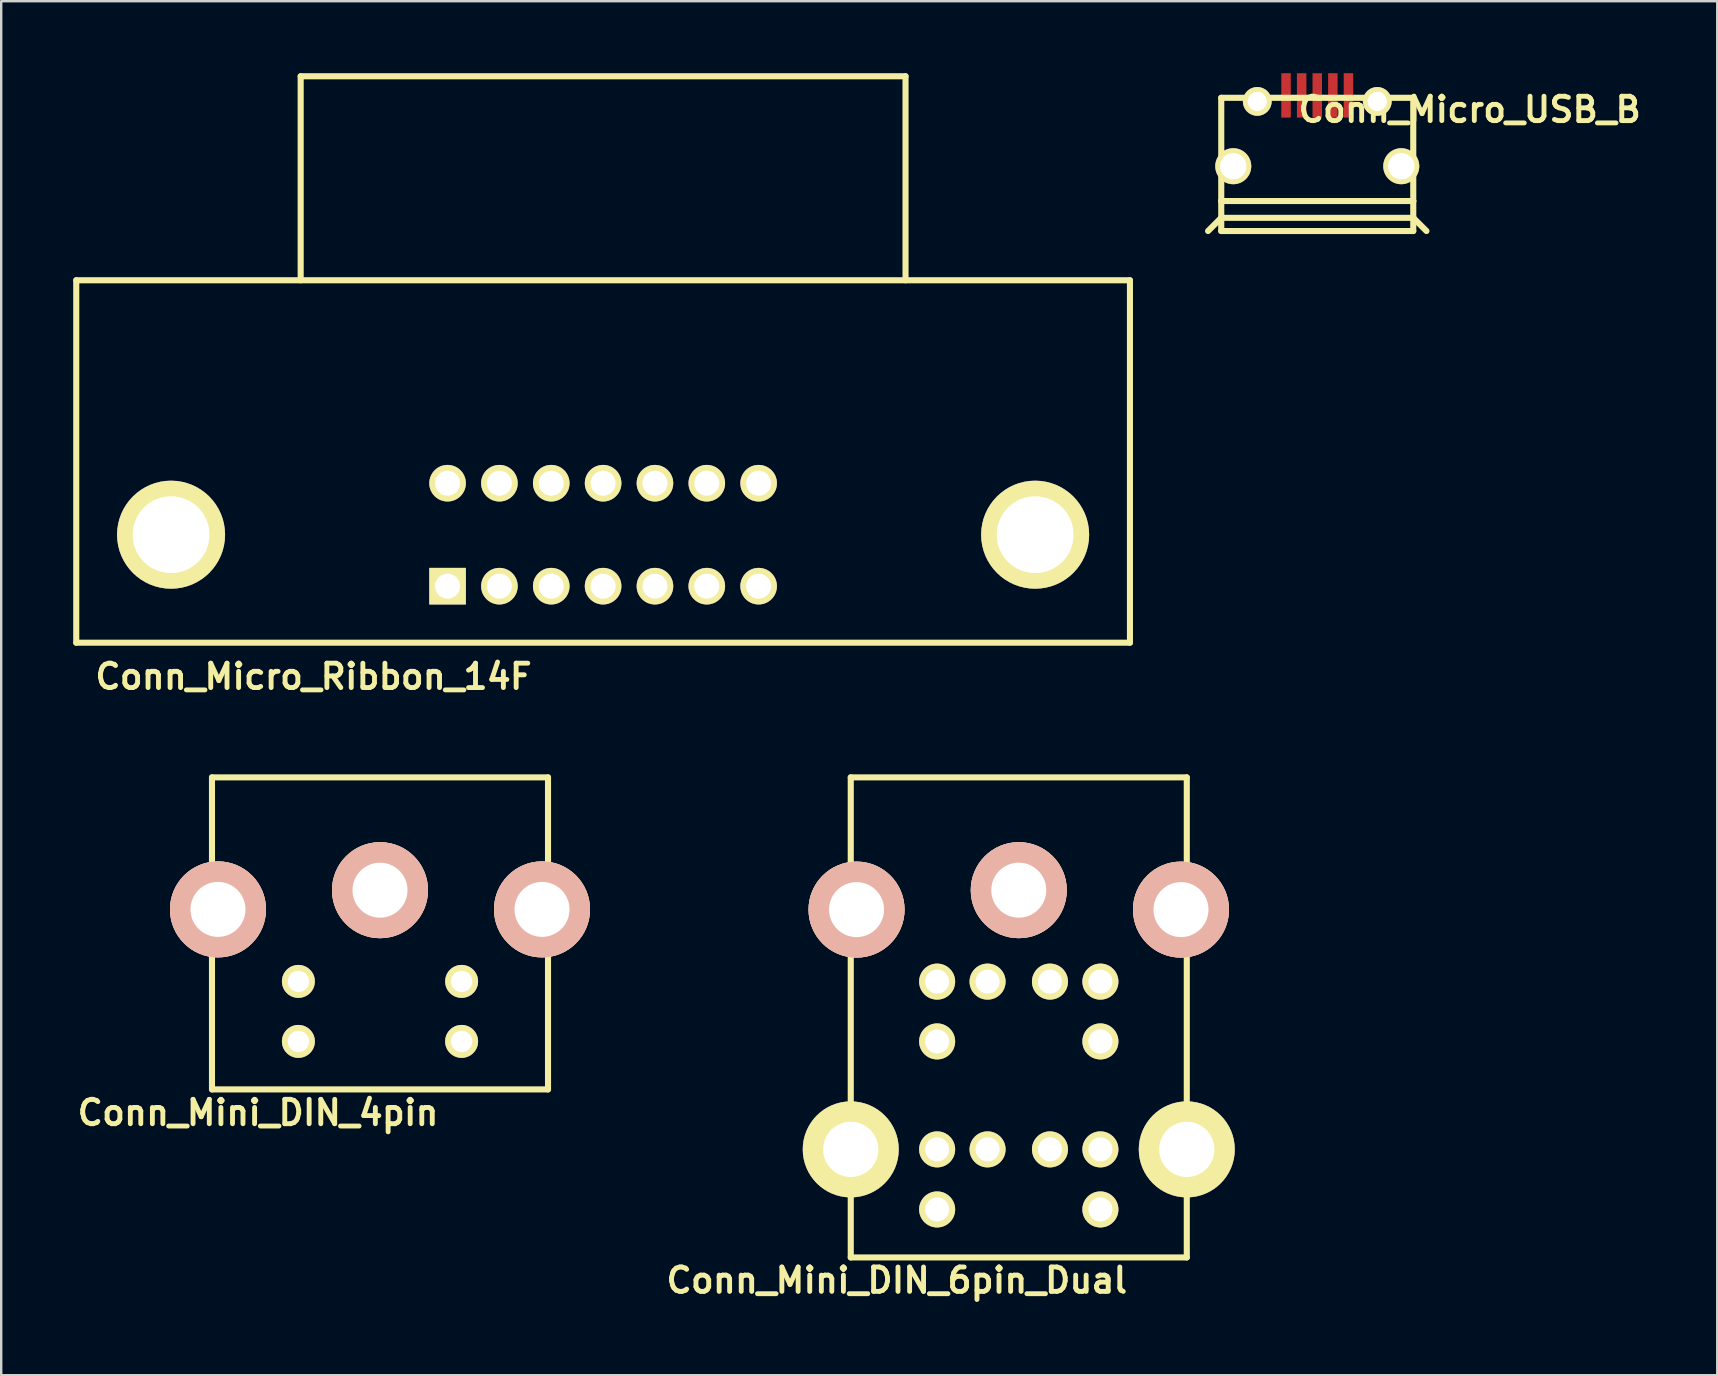
<source format=kicad_pcb>
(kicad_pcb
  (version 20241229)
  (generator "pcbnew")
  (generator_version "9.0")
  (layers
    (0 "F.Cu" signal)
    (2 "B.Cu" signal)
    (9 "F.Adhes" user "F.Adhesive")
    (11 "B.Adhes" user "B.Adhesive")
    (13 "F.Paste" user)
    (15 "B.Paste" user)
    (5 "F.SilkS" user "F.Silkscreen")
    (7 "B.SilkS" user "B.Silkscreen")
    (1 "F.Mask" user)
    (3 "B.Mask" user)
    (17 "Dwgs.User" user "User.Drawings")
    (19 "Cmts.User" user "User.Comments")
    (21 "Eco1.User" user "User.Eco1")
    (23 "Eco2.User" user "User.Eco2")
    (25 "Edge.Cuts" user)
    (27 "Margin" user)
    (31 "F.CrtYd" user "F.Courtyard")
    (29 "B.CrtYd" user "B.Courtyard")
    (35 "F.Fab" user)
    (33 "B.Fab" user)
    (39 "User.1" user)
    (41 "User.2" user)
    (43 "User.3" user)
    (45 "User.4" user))
  (footprint "Conn_Mini_DIN_4pin"
    (layer "F.Cu")
    (at 12.782 29.338)
    (property "Reference" "Conn_Mini_DIN_4pin" (at -5.08 13.97 0) (layer "F.SilkS") (effects (font (size 1.016 1.016) (thickness 0.203))))
    (attr through_hole)
    (fp_line (start -7 0) (end 7 0) (stroke (width 0.254) (type solid)) (layer "F.SilkS"))
    (fp_line (start -7 13) (end -7 0) (stroke (width 0.254) (type solid)) (layer "F.SilkS"))
    (fp_line (start 7 0) (end 7 13) (stroke (width 0.254) (type solid)) (layer "F.SilkS"))
    (fp_line (start 7 13) (end -7 13) (stroke (width 0.254) (type solid)) (layer "F.SilkS"))
    (pad "1" thru_hole circle (at -3.4 8.5 180) (size 1.372 1.372) (drill 0.889) (layers "*.Cu" "*.Mask" "F.SilkS"))
    (pad "2" thru_hole circle (at 3.4 8.5 180) (size 1.372 1.372) (drill 0.889) (layers "*.Cu" "*.Mask" "F.SilkS"))
    (pad "3" thru_hole circle (at -3.4 11 180) (size 1.372 1.372) (drill 0.889) (layers "*.Cu" "*.Mask" "F.SilkS"))
    (pad "4" thru_hole circle (at 3.4 11 180) (size 1.372 1.372) (drill 0.889) (layers "*.Cu" "*.Mask" "F.SilkS"))
    (pad "~" thru_hole circle (at -6.75 5.5 180) (size 4 4) (drill 2.291) (layers "*.Cu" "*.SilkS" "*.Mask"))
    (pad "~" thru_hole circle (at 0 4.7 180) (size 4 4) (drill 2.291) (layers "*.Cu" "*.SilkS" "*.Mask"))
    (pad "~" thru_hole circle (at 6.75 5.5 180) (size 4 4) (drill 2.291) (layers "*.Cu" "*.SilkS" "*.Mask")))
  (footprint "Conn_Micro_Ribbon_14F"
    (layer "F.Cu")
    (at 22.077 8.627)
    (property "Reference" "Conn_Micro_Ribbon_14F" (at -12.065 16.51 0) (layer "F.SilkS") (effects (font (size 1.016 1.016) (thickness 0.203))))
    (attr through_hole)
    (fp_line (start -21.95 0) (end -21.95 15.1) (stroke (width 0.254) (type solid)) (layer "F.SilkS"))
    (fp_line (start -21.95 0) (end 21.95 0) (stroke (width 0.254) (type solid)) (layer "F.SilkS"))
    (fp_line (start -21.95 15.1) (end 21.95 15.1) (stroke (width 0.254) (type solid)) (layer "F.SilkS"))
    (fp_line (start -12.6 -8.5) (end -12.6 0) (stroke (width 0.254) (type solid)) (layer "F.SilkS"))
    (fp_line (start -12.6 -8.5) (end 12.6 -8.5) (stroke (width 0.254) (type solid)) (layer "F.SilkS"))
    (fp_line (start 12.6 -8.5) (end 12.6 0) (stroke (width 0.254) (type solid)) (layer "F.SilkS"))
    (fp_line (start 21.95 0) (end 21.95 15.1) (stroke (width 0.254) (type solid)) (layer "F.SilkS"))
    (pad "1" thru_hole rect (at -6.48 12.745) (size 1.524 1.524) (drill 1.041) (layers "*.Cu" "*.Mask" "F.SilkS"))
    (pad "2" thru_hole circle (at -4.32 12.745) (size 1.524 1.524) (drill 1.041) (layers "*.Cu" "*.Mask" "F.SilkS"))
    (pad "3" thru_hole circle (at -2.16 12.745) (size 1.524 1.524) (drill 1.041) (layers "*.Cu" "*.Mask" "F.SilkS"))
    (pad "4" thru_hole circle (at 0 12.745) (size 1.524 1.524) (drill 1.041) (layers "*.Cu" "*.Mask" "F.SilkS"))
    (pad "5" thru_hole circle (at 2.16 12.745) (size 1.524 1.524) (drill 1.041) (layers "*.Cu" "*.Mask" "F.SilkS"))
    (pad "6" thru_hole circle (at 4.32 12.745) (size 1.524 1.524) (drill 1.041) (layers "*.Cu" "*.Mask" "F.SilkS"))
    (pad "7" thru_hole circle (at 6.48 12.745) (size 1.524 1.524) (drill 1.041) (layers "*.Cu" "*.Mask" "F.SilkS"))
    (pad "8" thru_hole circle (at -6.48 8.455) (size 1.524 1.524) (drill 1.041) (layers "*.Cu" "*.Mask" "F.SilkS"))
    (pad "9" thru_hole circle (at -4.32 8.455) (size 1.524 1.524) (drill 1.041) (layers "*.Cu" "*.Mask" "F.SilkS"))
    (pad "10" thru_hole circle (at -2.16 8.455) (size 1.524 1.524) (drill 1.041) (layers "*.Cu" "*.Mask" "F.SilkS"))
    (pad "11" thru_hole circle (at 0 8.455) (size 1.524 1.524) (drill 1.041) (layers "*.Cu" "*.Mask" "F.SilkS"))
    (pad "12" thru_hole circle (at 2.16 8.455) (size 1.524 1.524) (drill 1.041) (layers "*.Cu" "*.Mask" "F.SilkS"))
    (pad "13" thru_hole circle (at 4.32 8.455) (size 1.524 1.524) (drill 1.041) (layers "*.Cu" "*.Mask" "F.SilkS"))
    (pad "14" thru_hole circle (at 6.48 8.455) (size 1.524 1.524) (drill 1.041) (layers "*.Cu" "*.Mask" "F.SilkS"))
    (pad "GND" thru_hole circle (at -18 10.6) (size 4.5 4.5) (drill 3.2) (layers "*.Cu" "*.Mask" "F.SilkS"))
    (pad "GND" thru_hole circle (at 18 10.6) (size 4.5 4.5) (drill 3.2) (layers "*.Cu" "*.Mask" "F.SilkS")))
  (footprint "Conn_Mini_DIN_6pin_Dual"
    (layer "F.Cu")
    (at 39.395 29.338)
    (property "Reference" "Conn_Mini_DIN_6pin_Dual" (at -5.08 20.955 0) (layer "F.SilkS") (effects (font (size 1.016 1.016) (thickness 0.203))))
    (attr through_hole)
    (fp_line (start -7 0) (end -7 20) (stroke (width 0.254) (type solid)) (layer "F.SilkS"))
    (fp_line (start -7 0) (end 7 0) (stroke (width 0.254) (type solid)) (layer "F.SilkS"))
    (fp_line (start 7 0) (end 7 20) (stroke (width 0.254) (type solid)) (layer "F.SilkS"))
    (fp_line (start 7 20) (end -7 20) (stroke (width 0.254) (type solid)) (layer "F.SilkS"))
    (pad "1" thru_hole circle (at -1.3 8.509 180) (size 1.501 1.501) (drill 1.001) (layers "*.Cu" "*.Mask" "F.SilkS"))
    (pad "2" thru_hole circle (at 1.3 8.509 180) (size 1.501 1.501) (drill 1.001) (layers "*.Cu" "*.Mask" "F.SilkS"))
    (pad "3" thru_hole circle (at -3.401 8.509 180) (size 1.501 1.501) (drill 1.001) (layers "*.Cu" "*.Mask" "F.SilkS"))
    (pad "4" thru_hole circle (at 3.401 8.509 180) (size 1.501 1.501) (drill 1.001) (layers "*.Cu" "*.Mask" "F.SilkS"))
    (pad "5" thru_hole circle (at -3.401 11.001 180) (size 1.501 1.501) (drill 1.001) (layers "*.Cu" "*.Mask" "F.SilkS"))
    (pad "6" thru_hole circle (at 3.401 11.001 180) (size 1.501 1.501) (drill 1.001) (layers "*.Cu" "*.Mask" "F.SilkS"))
    (pad "7" thru_hole circle (at -1.3 15.499 180) (size 1.501 1.501) (drill 1.001) (layers "*.Cu" "*.Mask" "F.SilkS"))
    (pad "8" thru_hole circle (at 1.3 15.499 180) (size 1.501 1.501) (drill 1.001) (layers "*.Cu" "*.Mask" "F.SilkS"))
    (pad "9" thru_hole circle (at -3.401 15.499 180) (size 1.501 1.501) (drill 1.001) (layers "*.Cu" "*.Mask" "F.SilkS"))
    (pad "10" thru_hole circle (at 3.401 15.499 180) (size 1.501 1.501) (drill 1.001) (layers "*.Cu" "*.Mask" "F.SilkS"))
    (pad "11" thru_hole circle (at -3.401 18.001 180) (size 1.501 1.501) (drill 1.001) (layers "*.Cu" "*.Mask" "F.SilkS"))
    (pad "12" thru_hole circle (at 3.401 18.001 180) (size 1.501 1.501) (drill 1.001) (layers "*.Cu" "*.Mask" "F.SilkS"))
    (pad "~" thru_hole circle (at -7 15.499 180) (size 4 4) (drill 2.301) (layers "*.Cu" "*.Mask" "F.SilkS"))
    (pad "~" thru_hole circle (at -6.759 5.509 180) (size 4 4) (drill 2.291) (layers "*.Cu" "*.SilkS" "*.Mask"))
    (pad "~" thru_hole circle (at 0 4.699 180) (size 4 4) (drill 2.291) (layers "*.Cu" "*.SilkS" "*.Mask"))
    (pad "~" thru_hole circle (at 6.759 5.509 180) (size 4 4) (drill 2.291) (layers "*.Cu" "*.SilkS" "*.Mask"))
    (pad "~" thru_hole circle (at 7 15.499 180) (size 4 4) (drill 2.301) (layers "*.Cu" "*.Mask" "F.SilkS")))
  (footprint "Conn_Micro_USB_B"
    (layer "F.Cu")
    (at 51.831 5.325)
    (property "Reference" "Conn_Micro_USB_B" (at 6.35 -3.81 0) (layer "F.SilkS") (effects (font (size 1.016 1.016) (thickness 0.203))))
    (attr through_hole)
    (fp_line (start -4 -4.3) (end 4 -4.3) (stroke (width 0.254) (type solid)) (layer "F.SilkS"))
    (fp_line (start -4 0) (end -4 -4.3) (stroke (width 0.254) (type solid)) (layer "F.SilkS"))
    (fp_line (start -4 0) (end -4 0.7) (stroke (width 0.254) (type solid)) (layer "F.SilkS"))
    (fp_line (start -4 0) (end 4 0) (stroke (width 0.254) (type solid)) (layer "F.SilkS"))
    (fp_line (start -4 0.7) (end -4.55 1.25) (stroke (width 0.254) (type solid)) (layer "F.SilkS"))
    (fp_line (start -4 0.7) (end -4 1.25) (stroke (width 0.254) (type solid)) (layer "F.SilkS"))
    (fp_line (start -4 0.7) (end 4 0.7) (stroke (width 0.254) (type solid)) (layer "F.SilkS"))
    (fp_line (start 4 -4.3) (end 4 0) (stroke (width 0.254) (type solid)) (layer "F.SilkS"))
    (fp_line (start 4 0.7) (end 4 0) (stroke (width 0.254) (type solid)) (layer "F.SilkS"))
    (fp_line (start 4 0.7) (end 4 1.25) (stroke (width 0.254) (type solid)) (layer "F.SilkS"))
    (fp_line (start 4 1.25) (end -4 1.25) (stroke (width 0.254) (type solid)) (layer "F.SilkS"))
    (fp_line (start 4.55 1.25) (end 4 0.7) (stroke (width 0.254) (type solid)) (layer "F.SilkS"))
    (pad "1" smd rect (at -1.3 -4.4) (size 0.395 1.85) (layers "F.Cu" "F.Mask" "F.Paste"))
    (pad "2" smd rect (at -0.65 -4.4) (size 0.395 1.85) (layers "F.Cu" "F.Mask" "F.Paste"))
    (pad "3" smd rect (at 0 -4.4) (size 0.395 1.85) (layers "F.Cu" "F.Mask" "F.Paste"))
    (pad "4" smd rect (at 0.65 -4.4) (size 0.395 1.85) (layers "F.Cu" "F.Mask" "F.Paste"))
    (pad "5" smd rect (at 1.3 -4.4) (size 0.395 1.85) (layers "F.Cu" "F.Mask" "F.Paste"))
    (pad "6" thru_hole circle (at -3.5 -1.45) (size 1.5 1.5) (drill 1.1) (layers "*.Cu" "*.Mask" "F.SilkS"))
    (pad "6" thru_hole circle (at -2.5 -4.15) (size 1.2 1.2) (drill 0.8) (layers "*.Cu" "*.Mask" "F.SilkS"))
    (pad "6" thru_hole circle (at 2.5 -4.15) (size 1.2 1.2) (drill 0.8) (layers "*.Cu" "*.Mask" "F.SilkS"))
    (pad "6" thru_hole circle (at 3.5 -1.45) (size 1.5 1.5) (drill 1.1) (layers "*.Cu" "*.Mask" "F.SilkS")))
  (gr_rect
    (start -3 -3)
    (end 68.496 54.244)
    (stroke (width 0.1) (type default))
    (fill no)
    (layer "Edge.Cuts")))
</source>
